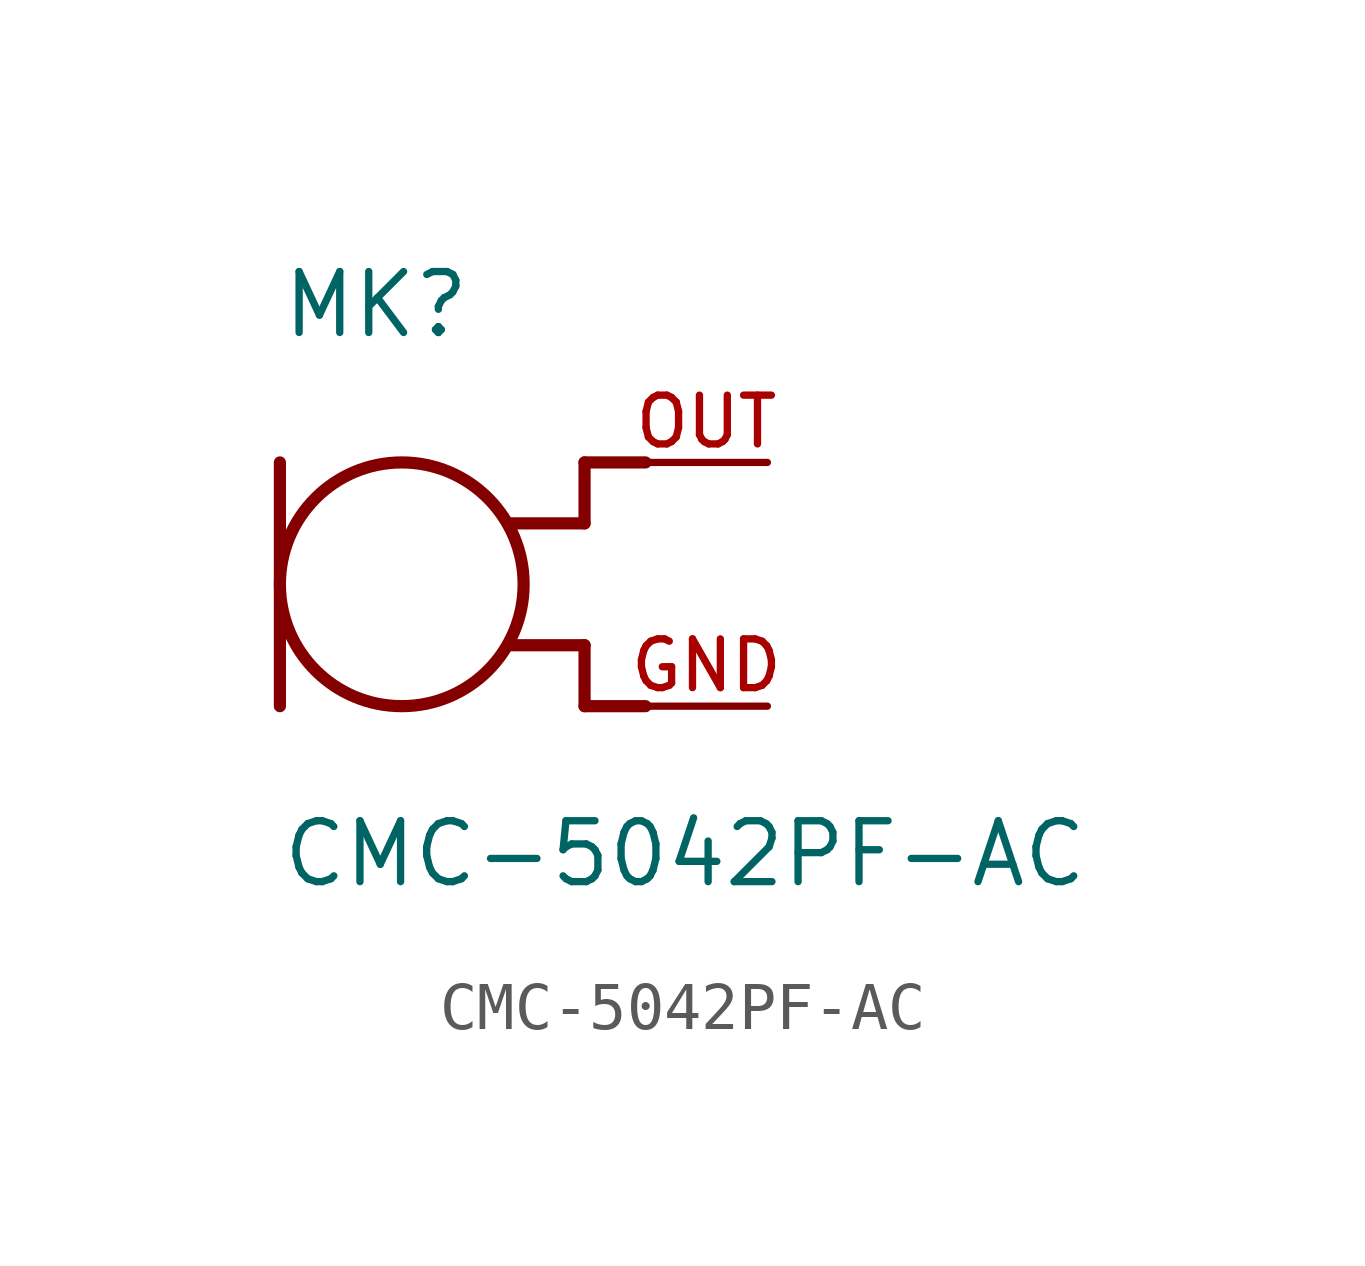
<source format=kicad_sym>
(kicad_symbol_lib
  (version 20211014)
  (generator kicad_symbol_editor)
  (symbol "CMC-5042PF-AC"
    (pin_names
      (offset 1.016))
    (property "Reference" "MK"
      (at -2.542 5.085 0)
      (effects (font (size 1.27 1.27)) (justify bottom left)))
    (property "Value" "CMC-5042PF-AC"
      (at -2.544 -6.361 0)
      (effects (font (size 1.27 1.27)) (justify bottom left)))
    (symbol "CMC-5042PF-AC_0_0"
      (circle (center 0.0 0.0) (radius 2.54) (stroke (width 0.254)) (fill (type none)))
      (polyline (pts (xy -2.54 2.54) (xy -2.54 -2.54)) (stroke (width 0.254)))
      (polyline (pts (xy 5.08 2.54) (xy 3.81 2.54)) (stroke (width 0.254)))
      (polyline (pts (xy 3.81 2.54) (xy 3.81 1.27)) (stroke (width 0.254)))
      (polyline (pts (xy 3.81 1.27) (xy 2.235 1.27)) (stroke (width 0.254)))
      (polyline (pts (xy 5.08 -2.54) (xy 3.81 -2.54)) (stroke (width 0.254)))
      (polyline (pts (xy 3.81 -2.54) (xy 3.81 -1.27)) (stroke (width 0.254)))
      (polyline (pts (xy 3.81 -1.27) (xy 2.235 -1.27)) (stroke (width 0.254)))
      (pin output line (at 7.62 2.54 180.0) (length 2.54) (name "~" (effects (font (size 1.016 1.016)))) (number "OUT" (effects (font (size 1.016 1.016)))))
      (pin power_in line (at 7.62 -2.54 180.0) (length 2.54) (name "~" (effects (font (size 1.016 1.016)))) (number "GND" (effects (font (size 1.016 1.016))))))))
</source>
